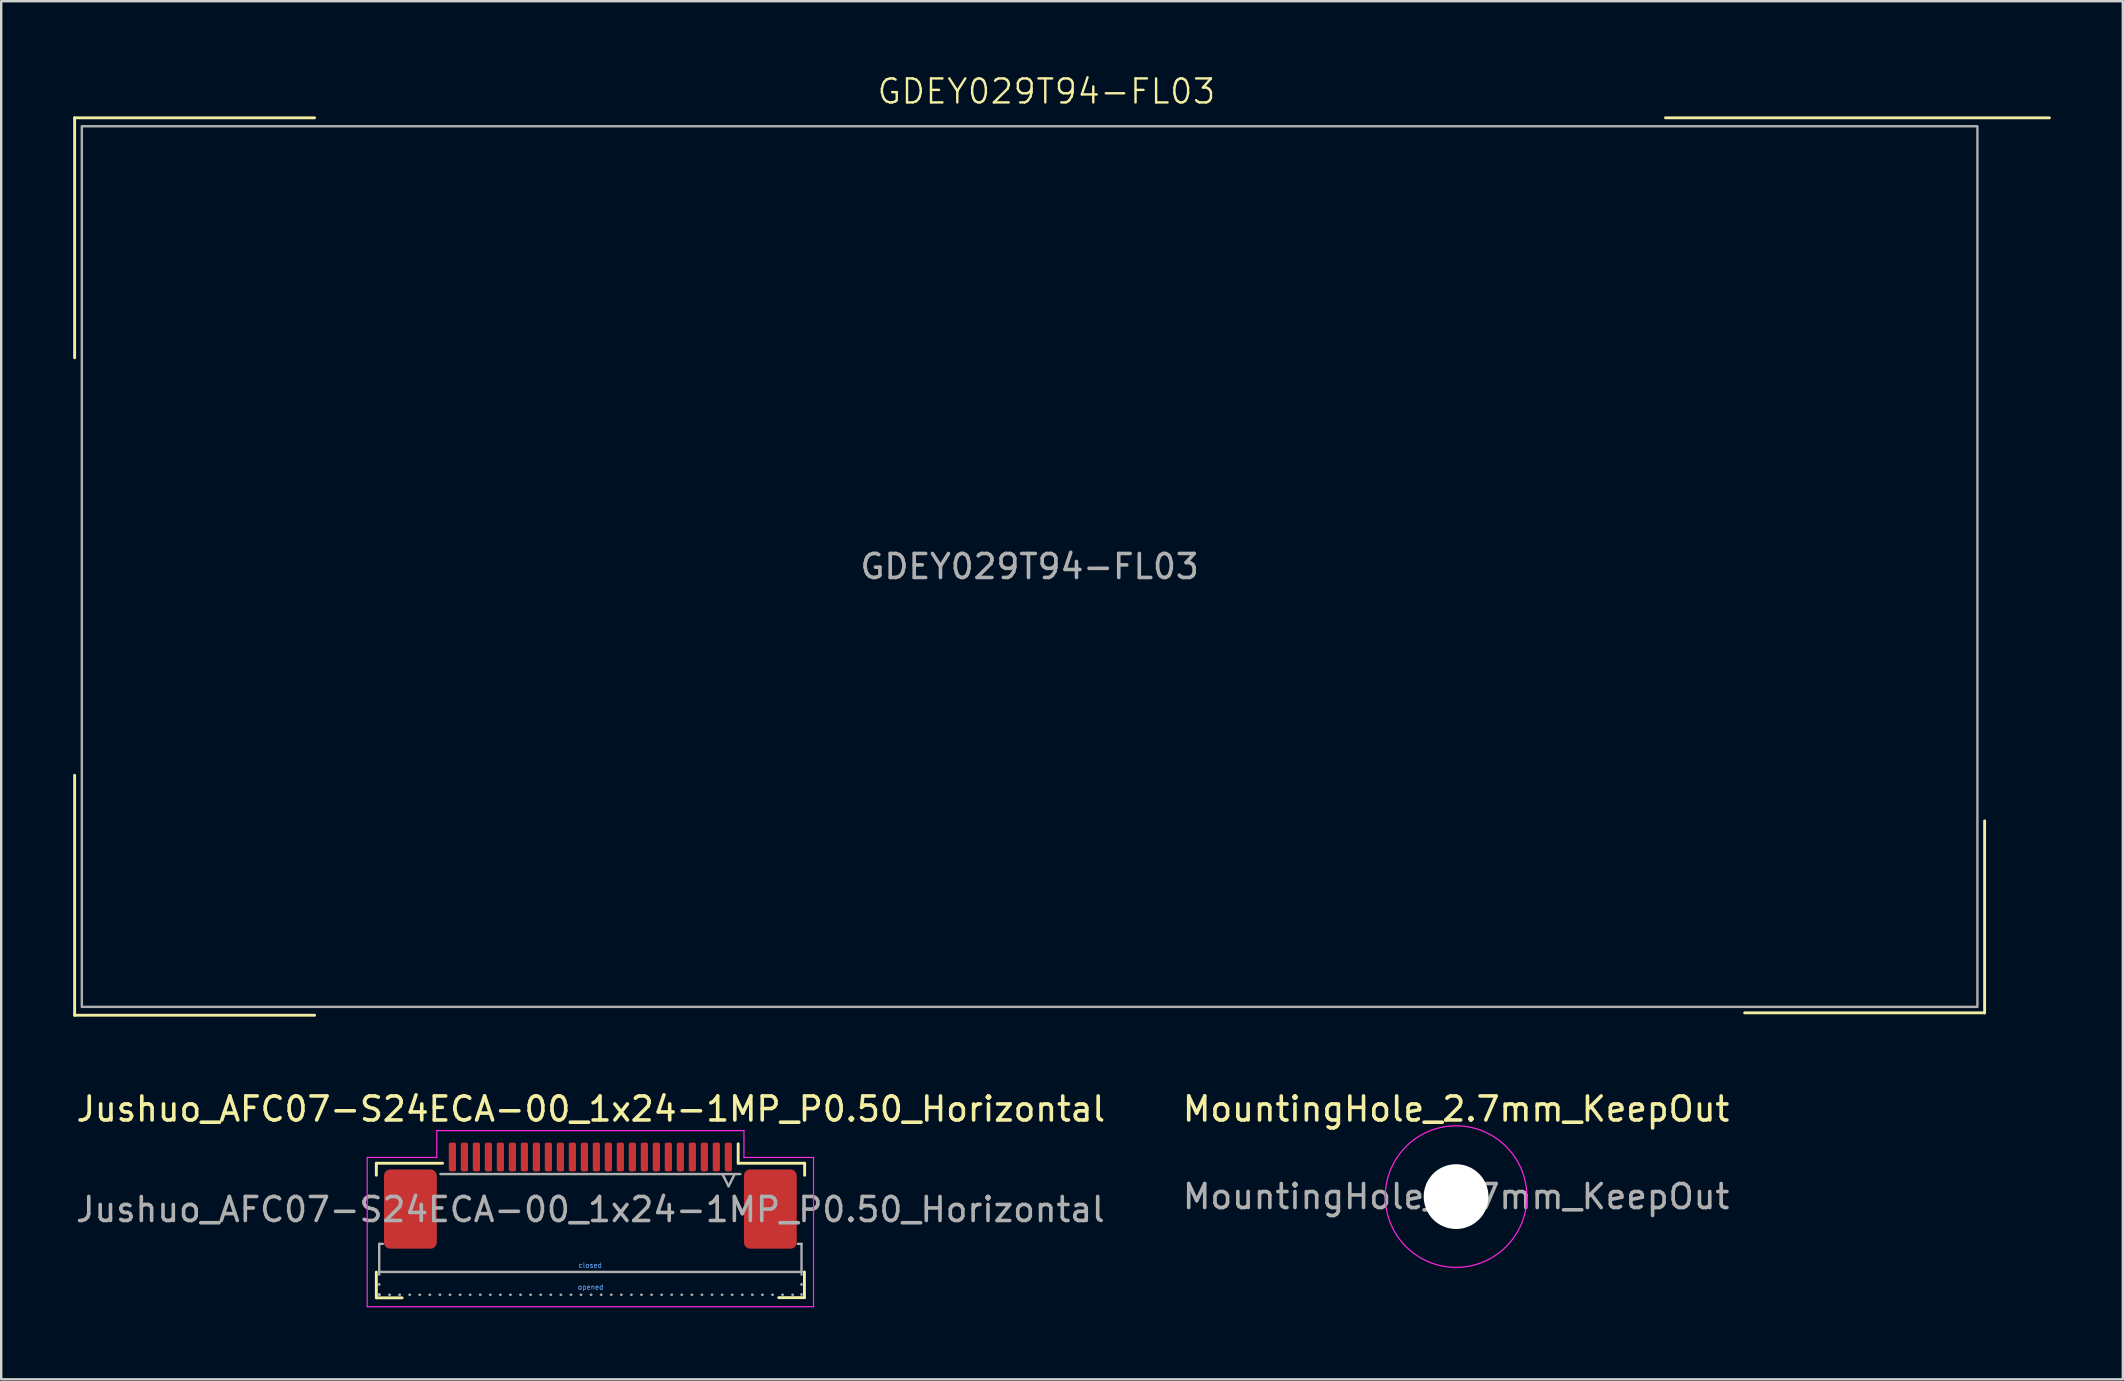
<source format=kicad_pcb>
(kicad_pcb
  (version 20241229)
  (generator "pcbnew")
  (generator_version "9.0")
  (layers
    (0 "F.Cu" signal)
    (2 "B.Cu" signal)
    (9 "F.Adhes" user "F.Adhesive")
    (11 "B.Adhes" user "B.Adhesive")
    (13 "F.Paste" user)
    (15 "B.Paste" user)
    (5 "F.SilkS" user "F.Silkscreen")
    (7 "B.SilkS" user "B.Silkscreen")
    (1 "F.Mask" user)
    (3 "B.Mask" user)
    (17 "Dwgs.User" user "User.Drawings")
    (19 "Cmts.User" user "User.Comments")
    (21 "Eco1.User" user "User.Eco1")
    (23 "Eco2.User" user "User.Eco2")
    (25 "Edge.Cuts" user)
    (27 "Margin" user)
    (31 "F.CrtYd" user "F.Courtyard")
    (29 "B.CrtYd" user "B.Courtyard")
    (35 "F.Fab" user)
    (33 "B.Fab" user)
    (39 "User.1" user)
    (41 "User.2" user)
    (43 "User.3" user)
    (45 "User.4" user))
  (footprint "Jushuo_AFC07-S24ECA-00_1x24-1MP_P0.50_Horizontal"
    (layer "F.Cu")
    (at 21.554 47.359)
    (property "Reference" "Jushuo_AFC07-S24ECA-00_1x24-1MP_P0.50_Horizontal" (at 0.02 -4.19 0) (layer "F.SilkS") (effects (font (size 1 1) (thickness 0.15))))
    (attr smd)
    (fp_line (start -8.92 -1.93) (end -8.92 -1.43) (stroke (width 0.12) (type default)) (layer "F.SilkS"))
    (fp_line (start -8.92 -1.93) (end -6.16 -1.93) (stroke (width 0.12) (type default)) (layer "F.SilkS"))
    (fp_line (start -8.92 3.675) (end -8.92 2.605) (stroke (width 0.12) (type solid)) (layer "F.SilkS"))
    (fp_line (start -8.915 3.68) (end -7.845 3.68) (stroke (width 0.12) (type solid)) (layer "F.SilkS"))
    (fp_line (start 6.16 -1.93) (end 6.16 -2.74) (stroke (width 0.12) (type default)) (layer "F.SilkS"))
    (fp_line (start 6.17 -1.93) (end 8.92 -1.93) (stroke (width 0.12) (type default)) (layer "F.SilkS"))
    (fp_line (start 8.92 3.67) (end 7.85 3.67) (stroke (width 0.12) (type solid)) (layer "F.SilkS"))
    (fp_line (start 8.92 3.67) (end 8.92 2.6) (stroke (width 0.12) (type solid)) (layer "F.SilkS"))
    (fp_line (start 8.93 -1.93) (end 8.93 -1.43) (stroke (width 0.12) (type default)) (layer "F.SilkS"))
    (fp_line (start -9.3 -2.17) (end -9.3 4.05) (stroke (width 0.05) (type solid)) (layer "F.CrtYd"))
    (fp_line (start -9.3 4.05) (end 9.3 4.05) (stroke (width 0.05) (type solid)) (layer "F.CrtYd"))
    (fp_line (start -6.4 -3.29) (end -6.4 -2.17) (stroke (width 0.05) (type solid)) (layer "F.CrtYd"))
    (fp_line (start -6.4 -2.17) (end -9.3 -2.17) (stroke (width 0.05) (type solid)) (layer "F.CrtYd"))
    (fp_line (start 6.4 -3.29) (end -6.4 -3.29) (stroke (width 0.05) (type solid)) (layer "F.CrtYd"))
    (fp_line (start 6.4 -2.17) (end 6.4 -3.29) (stroke (width 0.05) (type solid)) (layer "F.CrtYd"))
    (fp_line (start 9.3 -2.17) (end 6.4 -2.17) (stroke (width 0.05) (type solid)) (layer "F.CrtYd"))
    (fp_line (start 9.3 4.05) (end 9.3 -2.17) (stroke (width 0.05) (type solid)) (layer "F.CrtYd"))
    (fp_line (start -8.8 1.43) (end -8.65 1.43) (stroke (width 0.1) (type default)) (layer "F.Fab"))
    (fp_line (start -8.8 2.6) (end -8.8 1.43) (stroke (width 0.1) (type default)) (layer "F.Fab"))
    (fp_line (start -8.8 2.6) (end 8.8 2.6) (stroke (width 0.1) (type solid)) (layer "F.Fab"))
    (fp_line (start -8.8 3.55) (end -8.8 2.6) (stroke (width 0.1) (type dot)) (layer "F.Fab"))
    (fp_line (start -8.8 3.55) (end 8.8 3.55) (stroke (width 0.1) (type dot)) (layer "F.Fab"))
    (fp_line (start -6.25 -1.48) (end 6.25 -1.48) (stroke (width 0.1) (type solid)) (layer "F.Fab"))
    (fp_line (start 5.51 -1.47) (end 5.76 -0.97) (stroke (width 0.1) (type solid)) (layer "F.Fab"))
    (fp_line (start 5.76 -0.97) (end 6.01 -1.47) (stroke (width 0.1) (type solid)) (layer "F.Fab"))
    (fp_line (start 8.8 1.43) (end 8.65 1.43) (stroke (width 0.1) (type default)) (layer "F.Fab"))
    (fp_line (start 8.8 2.6) (end 8.8 1.43) (stroke (width 0.1) (type default)) (layer "F.Fab"))
    (fp_line (start 8.8 3.55) (end 8.8 2.6) (stroke (width 0.1) (type dot)) (layer "F.Fab"))
    (fp_text user "closed" (at -0.51 2.44 0) (unlocked yes) (layer "Cmts.User") (effects (font (size 0.2 0.2) (thickness 0.03)) (justify left bottom)))
    (fp_text user "opened" (at -0.54 3.35 0) (unlocked yes) (layer "Cmts.User") (effects (font (size 0.2 0.2) (thickness 0.03)) (justify left bottom)))
    (fp_text user "${REFERENCE}" (at 0 0 0) (unlocked yes) (layer "F.Fab") (effects (font (size 1 1) (thickness 0.15))))
    (pad "1" smd roundrect (at 5.75 -2.19) (size 0.3 1.2) (layers "F.Cu" "F.Mask" "F.Paste") (roundrect_rratio 0.25))
    (pad "2" smd roundrect (at 5.25 -2.19) (size 0.3 1.2) (layers "F.Cu" "F.Mask" "F.Paste") (roundrect_rratio 0.25))
    (pad "3" smd roundrect (at 4.75 -2.19) (size 0.3 1.2) (layers "F.Cu" "F.Mask" "F.Paste") (roundrect_rratio 0.25))
    (pad "4" smd roundrect (at 4.25 -2.19) (size 0.3 1.2) (layers "F.Cu" "F.Mask" "F.Paste") (roundrect_rratio 0.25))
    (pad "5" smd roundrect (at 3.75 -2.19) (size 0.3 1.2) (layers "F.Cu" "F.Mask" "F.Paste") (roundrect_rratio 0.25))
    (pad "6" smd roundrect (at 3.25 -2.19) (size 0.3 1.2) (layers "F.Cu" "F.Mask" "F.Paste") (roundrect_rratio 0.25))
    (pad "7" smd roundrect (at 2.75 -2.19) (size 0.3 1.2) (layers "F.Cu" "F.Mask" "F.Paste") (roundrect_rratio 0.25))
    (pad "8" smd roundrect (at 2.25 -2.19) (size 0.3 1.2) (layers "F.Cu" "F.Mask" "F.Paste") (roundrect_rratio 0.25))
    (pad "9" smd roundrect (at 1.75 -2.19) (size 0.3 1.2) (layers "F.Cu" "F.Mask" "F.Paste") (roundrect_rratio 0.25))
    (pad "10" smd roundrect (at 1.25 -2.19) (size 0.3 1.2) (layers "F.Cu" "F.Mask" "F.Paste") (roundrect_rratio 0.25))
    (pad "11" smd roundrect (at 0.75 -2.19) (size 0.3 1.2) (layers "F.Cu" "F.Mask" "F.Paste") (roundrect_rratio 0.25))
    (pad "12" smd roundrect (at 0.25 -2.19) (size 0.3 1.2) (layers "F.Cu" "F.Mask" "F.Paste") (roundrect_rratio 0.25))
    (pad "13" smd roundrect (at -0.25 -2.19) (size 0.3 1.2) (layers "F.Cu" "F.Mask" "F.Paste") (roundrect_rratio 0.25))
    (pad "14" smd roundrect (at -0.75 -2.19) (size 0.3 1.2) (layers "F.Cu" "F.Mask" "F.Paste") (roundrect_rratio 0.25))
    (pad "15" smd roundrect (at -1.25 -2.19) (size 0.3 1.2) (layers "F.Cu" "F.Mask" "F.Paste") (roundrect_rratio 0.25))
    (pad "16" smd roundrect (at -1.75 -2.19) (size 0.3 1.2) (layers "F.Cu" "F.Mask" "F.Paste") (roundrect_rratio 0.25))
    (pad "17" smd roundrect (at -2.25 -2.19) (size 0.3 1.2) (layers "F.Cu" "F.Mask" "F.Paste") (roundrect_rratio 0.25))
    (pad "18" smd roundrect (at -2.75 -2.19) (size 0.3 1.2) (layers "F.Cu" "F.Mask" "F.Paste") (roundrect_rratio 0.25))
    (pad "19" smd roundrect (at -3.25 -2.19) (size 0.3 1.2) (layers "F.Cu" "F.Mask" "F.Paste") (roundrect_rratio 0.25))
    (pad "20" smd roundrect (at -3.75 -2.19) (size 0.3 1.2) (layers "F.Cu" "F.Mask" "F.Paste") (roundrect_rratio 0.25))
    (pad "21" smd roundrect (at -4.25 -2.19) (size 0.3 1.2) (layers "F.Cu" "F.Mask" "F.Paste") (roundrect_rratio 0.25))
    (pad "22" smd roundrect (at -4.75 -2.19) (size 0.3 1.2) (layers "F.Cu" "F.Mask" "F.Paste") (roundrect_rratio 0.25))
    (pad "23" smd roundrect (at -5.25 -2.19) (size 0.3 1.2) (layers "F.Cu" "F.Mask" "F.Paste") (roundrect_rratio 0.25))
    (pad "24" smd roundrect (at -5.75 -2.19) (size 0.3 1.2) (layers "F.Cu" "F.Mask" "F.Paste") (roundrect_rratio 0.25))
    (pad "MP" smd roundrect (at -7.5 -0.02) (size 2.2 3.3) (layers "F.Cu" "F.Mask" "F.Paste") (roundrect_rratio 0.114))
    (pad "MP" smd roundrect (at 7.5 -0.02) (size 2.2 3.3) (layers "F.Cu" "F.Mask" "F.Paste") (roundrect_rratio 0.114)))
  (footprint "MountingHole_2.7mm_KeepOut"
    (layer "F.Cu")
    (at 57.633 46.819)
    (property "Reference" "MountingHole_2.7mm_KeepOut" (at 0 -3.65 0) (layer "F.SilkS") (effects (font (size 1 1) (thickness 0.15))))
    (attr exclude_from_pos_files exclude_from_bom)
    (fp_circle (center 0 0) (end 2.95 0) (stroke (width 0.05) (type solid)) (fill no) (layer "F.CrtYd"))
    (fp_text user "${REFERENCE}" (at 0 0 0) (layer "F.Fab") (effects (font (size 1 1) (thickness 0.15))))
    (pad "" np_thru_hole circle (at 0 0) (size 2.7 2.7) (drill 2.7) (layers "*.Cu" "*.Mask"))
    (zone (net_name "") (layers "F.Cu" "B.Cu") (hatch edge 0.5) (connect_pads) (min_thickness 0.25) (filled_areas_thickness no) (keepout (tracks not_allowed) (vias not_allowed) (pads allowed) (copperpour not_allowed) (footprints not_allowed)) (placement (enabled no)) (fill) (polygon (pts (arc (start 54.933099 46.81875) (mid 60.333099 46.81875) (end 54.933099 46.81875))))))
  (footprint "GDEY029T94-FL03"
    (layer "F.Cu")
    (at 39.86 20.561)
    (property "Reference" "GDEY029T94-FL03" (at 0.7 -19.8 0) (unlocked yes) (layer "F.SilkS") (effects (font (size 1 1) (thickness 0.1))))
    (fp_line (start -39.8 -18.7) (end -39.8 -8.7) (stroke (width 0.12) (type default)) (layer "F.SilkS"))
    (fp_line (start -39.8 -18.7) (end -29.8 -18.7) (stroke (width 0.12) (type default)) (layer "F.SilkS"))
    (fp_line (start -39.8 18.7) (end -39.8 8.7) (stroke (width 0.12) (type default)) (layer "F.SilkS"))
    (fp_line (start -39.8 18.7) (end -29.8 18.7) (stroke (width 0.12) (type default)) (layer "F.SilkS"))
    (fp_line (start 39.8 18.6) (end 29.8 18.6) (stroke (width 0.12) (type default)) (layer "F.SilkS"))
    (fp_line (start 39.8 18.6) (end 39.8 10.6) (stroke (width 0.12) (type solid)) (layer "F.SilkS"))
    (fp_line (start 42.5 -18.7) (end 26.5 -18.7) (stroke (width 0.12) (type solid)) (layer "F.SilkS"))
    (fp_rect (start -39.5 -18.35) (end 39.5 18.35) (stroke (width 0.1) (type solid)) (fill no) (layer "F.Fab"))
    (fp_text user "${REFERENCE}" (at 0 0 0) (unlocked yes) (layer "F.Fab") (effects (font (size 1 1) (thickness 0.15)))))
  (gr_rect
    (start -3 -3)
    (end 85.42 54.434)
    (stroke (width 0.1) (type default))
    (fill no)
    (layer "Edge.Cuts")))
</source>
